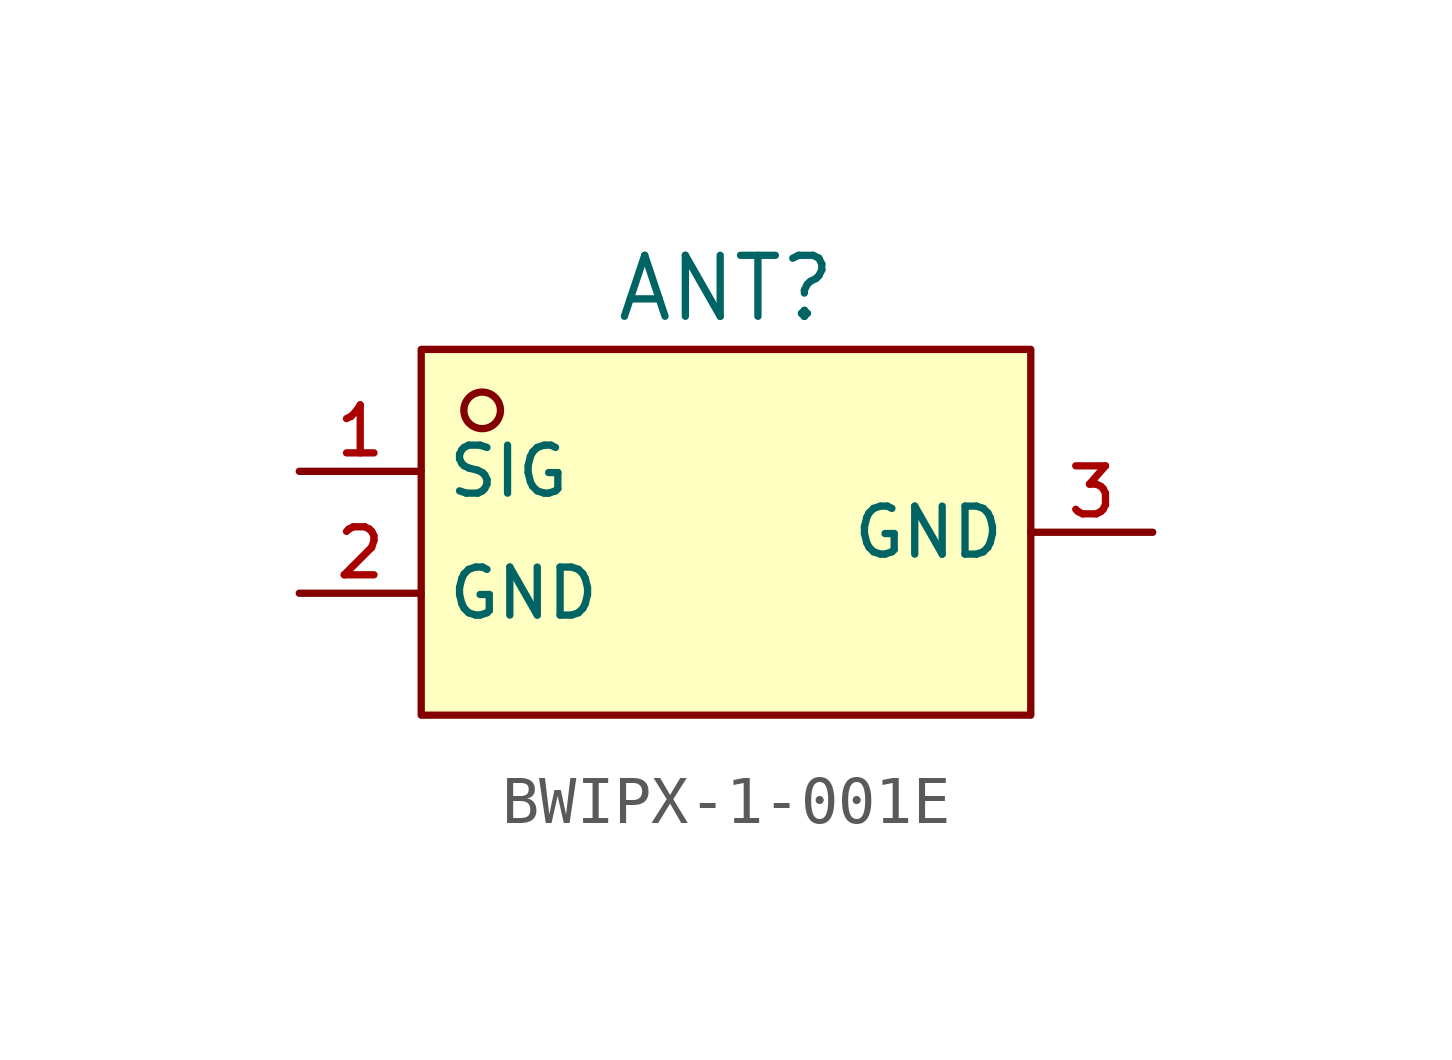
<source format=kicad_sym>
(kicad_symbol_lib
  (version 20220914)
  (generator kicad_symbol_editor)
  (symbol "BWIPX-1-001E"
    (property "Reference" "ANT"
      (at 0 5.08 0)
      (effects (font (size 1.27 1.27))))
    (symbol "BWIPX-1-001E_0_1"
      (rectangle (start -6.35 3.81) (end 6.35 -3.81) (stroke (width 0) (type default)) (fill (type background)))
      (circle (center -5.08 2.54) (radius 0.381) (stroke (width 0) (type default)) (fill (type background)))
      (pin unspecified line (at -8.89 1.27 0) (length 2.54) (name "SIG" (effects (font (size 1 1)))) (number "1" (effects (font (size 1 1)))))
      (pin unspecified line (at -8.89 -1.27 0) (length 2.54) (name "GND" (effects (font (size 1 1)))) (number "2" (effects (font (size 1 1)))))
      (pin unspecified line (at 8.89 0 180) (length 2.54) (name "GND" (effects (font (size 1 1)))) (number "3" (effects (font (size 1 1))))))))
</source>
